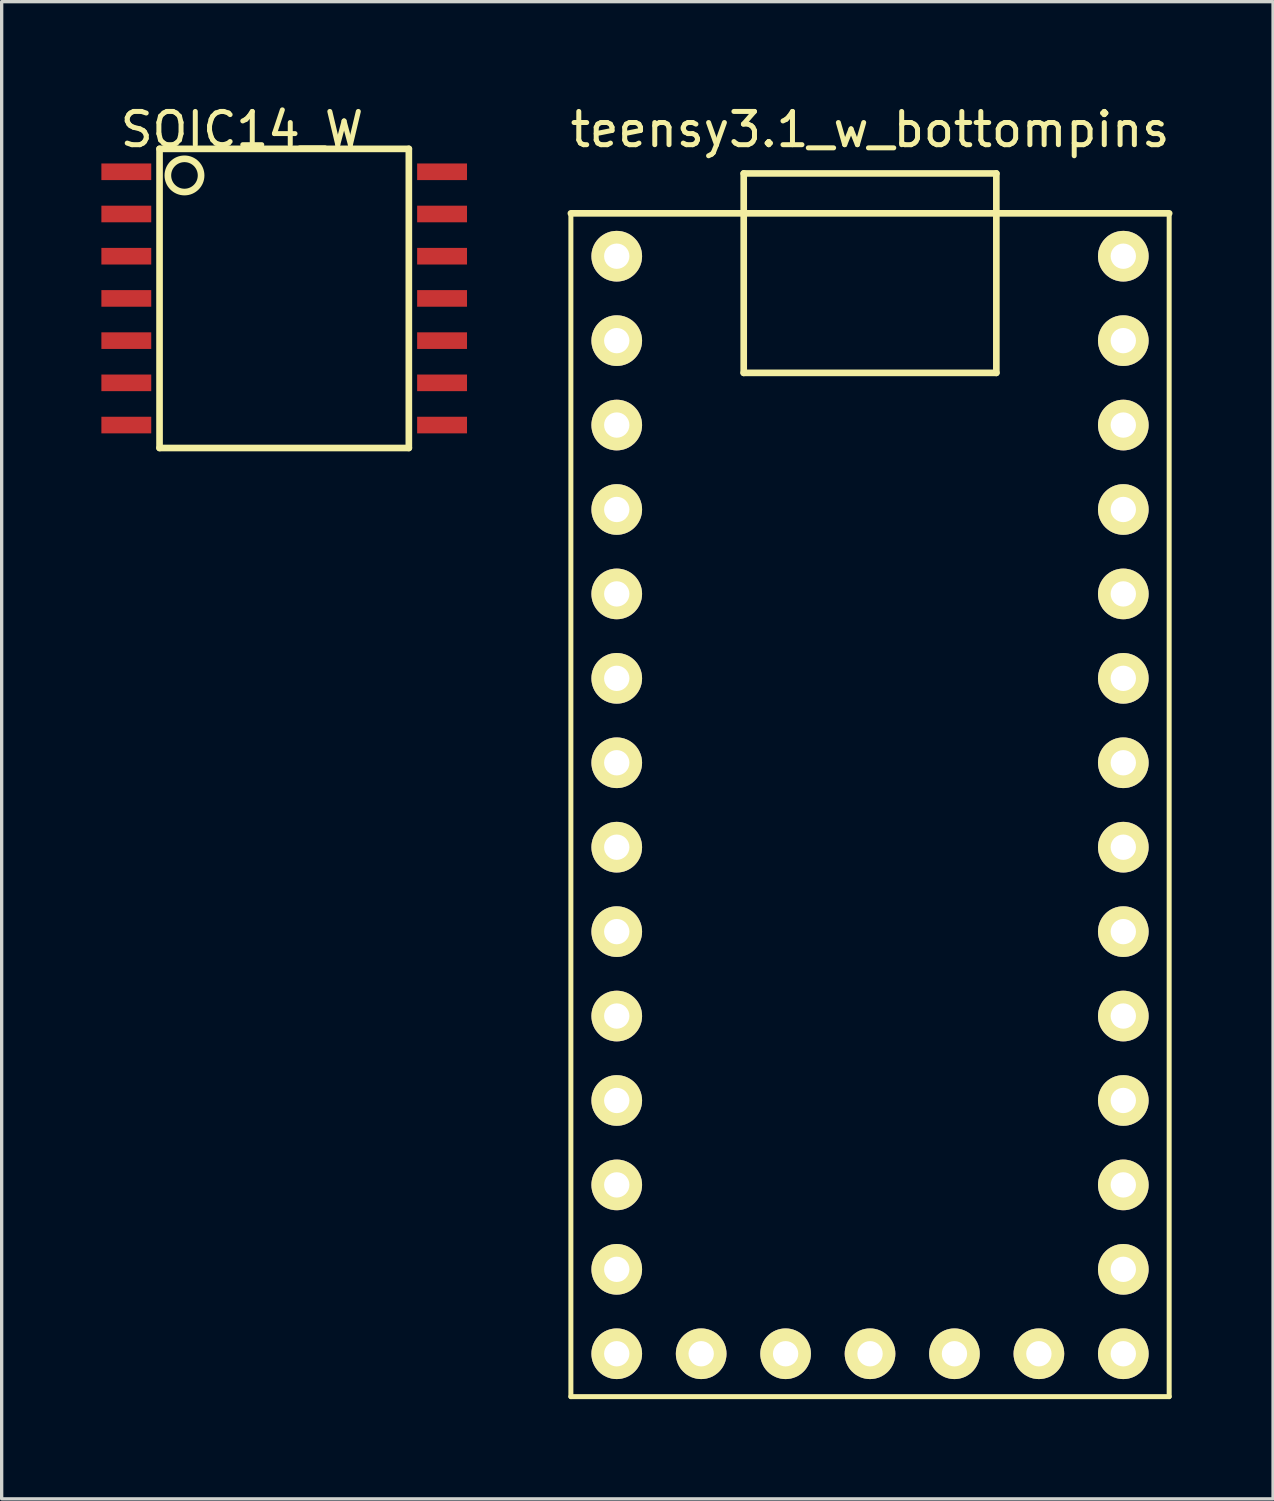
<source format=kicad_pcb>
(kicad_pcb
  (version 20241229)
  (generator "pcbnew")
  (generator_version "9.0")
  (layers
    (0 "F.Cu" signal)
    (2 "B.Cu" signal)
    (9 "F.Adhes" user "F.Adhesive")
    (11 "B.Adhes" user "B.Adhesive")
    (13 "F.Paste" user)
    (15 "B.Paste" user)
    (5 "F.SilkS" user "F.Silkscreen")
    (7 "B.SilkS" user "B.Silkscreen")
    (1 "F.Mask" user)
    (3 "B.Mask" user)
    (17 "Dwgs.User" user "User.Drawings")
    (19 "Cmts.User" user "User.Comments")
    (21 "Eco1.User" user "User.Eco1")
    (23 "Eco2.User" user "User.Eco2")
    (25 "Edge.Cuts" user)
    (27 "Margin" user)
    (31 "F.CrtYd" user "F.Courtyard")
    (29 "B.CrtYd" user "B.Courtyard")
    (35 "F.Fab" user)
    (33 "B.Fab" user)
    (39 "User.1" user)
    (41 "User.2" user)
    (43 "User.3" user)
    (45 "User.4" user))
  (footprint "SOIC14_W"
    (layer "F.Cu")
    (at 5.5 5.928)
    (property "Reference" "SOIC14_W" (at -1.27 -5.08 180) (layer "F.SilkS") (effects (font (size 1 1) (thickness 0.15))))
    (attr through_hole)
    (fp_line (start -3.75 -4.5) (end 3.75 -4.5) (stroke (width 0.2) (type solid)) (layer "F.SilkS"))
    (fp_line (start -3.75 4.5) (end -3.75 -4.5) (stroke (width 0.2) (type solid)) (layer "F.SilkS"))
    (fp_line (start 3.75 -4.5) (end 3.75 4.5) (stroke (width 0.2) (type solid)) (layer "F.SilkS"))
    (fp_line (start 3.75 4.5) (end -3.75 4.5) (stroke (width 0.2) (type solid)) (layer "F.SilkS"))
    (fp_circle (center -3 -3.7) (end -3 -4.2) (stroke (width 0.2) (type solid)) (fill no) (layer "F.SilkS"))
    (pad "1" smd rect (at -4.75 -3.81) (size 1.5 0.5) (layers "F.Cu" "F.Mask" "F.Paste"))
    (pad "2" smd rect (at -4.75 -2.54) (size 1.5 0.5) (layers "F.Cu" "F.Mask" "F.Paste"))
    (pad "3" smd rect (at -4.75 -1.27) (size 1.5 0.5) (layers "F.Cu" "F.Mask" "F.Paste"))
    (pad "4" smd rect (at -4.75 0) (size 1.5 0.5) (layers "F.Cu" "F.Mask" "F.Paste"))
    (pad "5" smd rect (at -4.75 1.27) (size 1.5 0.5) (layers "F.Cu" "F.Mask" "F.Paste"))
    (pad "6" smd rect (at -4.75 2.54) (size 1.5 0.5) (layers "F.Cu" "F.Mask" "F.Paste"))
    (pad "7" smd rect (at -4.75 3.81) (size 1.5 0.5) (layers "F.Cu" "F.Mask" "F.Paste"))
    (pad "8" smd rect (at 4.75 3.81) (size 1.5 0.5) (layers "F.Cu" "F.Mask" "F.Paste"))
    (pad "9" smd rect (at 4.75 2.54) (size 1.5 0.5) (layers "F.Cu" "F.Mask" "F.Paste"))
    (pad "10" smd rect (at 4.75 1.27) (size 1.5 0.5) (layers "F.Cu" "F.Mask" "F.Paste"))
    (pad "11" smd rect (at 4.75 0) (size 1.5 0.5) (layers "F.Cu" "F.Mask" "F.Paste"))
    (pad "12" smd rect (at 4.75 -1.27) (size 1.5 0.5) (layers "F.Cu" "F.Mask" "F.Paste"))
    (pad "13" smd rect (at 4.75 -2.54) (size 1.5 0.5) (layers "F.Cu" "F.Mask" "F.Paste"))
    (pad "14" smd rect (at 4.75 -3.81) (size 1.5 0.5) (layers "F.Cu" "F.Mask" "F.Paste")))
  (footprint "teensy3.1_w_bottompins"
    (layer "F.Cu")
    (at 23.125 21.168)
    (property "Reference" "teensy3.1_w_bottompins" (at 0 -20.32 0) (layer "F.SilkS") (effects (font (size 1 1) (thickness 0.15))))
    (attr through_hole)
    (fp_line (start -9 -17.8) (end 9 -17.8) (stroke (width 0.2) (type solid)) (layer "F.SilkS"))
    (fp_line (start -9 17.8) (end -9 -17.8) (stroke (width 0.15) (type solid)) (layer "F.SilkS"))
    (fp_line (start -3.8 -19) (end -3.8 -13) (stroke (width 0.2) (type solid)) (layer "F.SilkS"))
    (fp_line (start -3.8 -13) (end 3.8 -13) (stroke (width 0.2) (type solid)) (layer "F.SilkS"))
    (fp_line (start 3.8 -19) (end -3.8 -19) (stroke (width 0.2) (type solid)) (layer "F.SilkS"))
    (fp_line (start 3.8 -13) (end 3.8 -19) (stroke (width 0.2) (type solid)) (layer "F.SilkS"))
    (fp_line (start 9 -17.8) (end 9 17.8) (stroke (width 0.15) (type solid)) (layer "F.SilkS"))
    (fp_line (start 9 17.8) (end -9 17.8) (stroke (width 0.15) (type solid)) (layer "F.SilkS"))
    (pad "0" thru_hole circle (at -7.62 -16.51) (size 1.524 1.524) (drill 0.762) (layers "*.Cu" "*.Mask" "F.SilkS"))
    (pad "1" thru_hole circle (at -7.62 -13.97) (size 1.524 1.524) (drill 0.762) (layers "*.Cu" "*.Mask" "F.SilkS"))
    (pad "2" thru_hole circle (at -7.62 -11.43) (size 1.524 1.524) (drill 0.762) (layers "*.Cu" "*.Mask" "F.SilkS"))
    (pad "3" thru_hole circle (at -7.62 -8.89) (size 1.524 1.524) (drill 0.762) (layers "*.Cu" "*.Mask" "F.SilkS"))
    (pad "4" thru_hole circle (at -7.62 -6.35) (size 1.524 1.524) (drill 0.762) (layers "*.Cu" "*.Mask" "F.SilkS"))
    (pad "5" thru_hole circle (at -7.62 -3.81) (size 1.524 1.524) (drill 0.762) (layers "*.Cu" "*.Mask" "F.SilkS"))
    (pad "6" thru_hole circle (at -7.62 -1.27) (size 1.524 1.524) (drill 0.762) (layers "*.Cu" "*.Mask" "F.SilkS"))
    (pad "7" thru_hole circle (at -7.62 1.27) (size 1.524 1.524) (drill 0.762) (layers "*.Cu" "*.Mask" "F.SilkS"))
    (pad "8" thru_hole circle (at -7.62 3.81) (size 1.524 1.524) (drill 0.762) (layers "*.Cu" "*.Mask" "F.SilkS"))
    (pad "9" thru_hole circle (at -7.62 6.35) (size 1.524 1.524) (drill 0.762) (layers "*.Cu" "*.Mask" "F.SilkS"))
    (pad "10" thru_hole circle (at -7.62 8.89) (size 1.524 1.524) (drill 0.762) (layers "*.Cu" "*.Mask" "F.SilkS"))
    (pad "11" thru_hole circle (at -7.62 11.43) (size 1.524 1.524) (drill 0.762) (layers "*.Cu" "*.Mask" "F.SilkS"))
    (pad "12" thru_hole circle (at -7.62 13.97) (size 1.524 1.524) (drill 0.762) (layers "*.Cu" "*.Mask" "F.SilkS"))
    (pad "13" thru_hole circle (at -7.62 16.51) (size 1.524 1.524) (drill 0.762) (layers "*.Cu" "*.Mask" "F.SilkS"))
    (pad "14" thru_hole circle (at -5.08 16.51) (size 1.524 1.524) (drill 0.762) (layers "*.Cu" "*.Mask" "F.SilkS"))
    (pad "15" thru_hole circle (at -2.54 16.51) (size 1.524 1.524) (drill 0.762) (layers "*.Cu" "*.Mask" "F.SilkS"))
    (pad "16" thru_hole circle (at 0 16.51) (size 1.524 1.524) (drill 0.762) (layers "*.Cu" "*.Mask" "F.SilkS"))
    (pad "17" thru_hole circle (at 2.54 16.51) (size 1.524 1.524) (drill 0.762) (layers "*.Cu" "*.Mask" "F.SilkS"))
    (pad "18" thru_hole circle (at 5.08 16.51) (size 1.524 1.524) (drill 0.762) (layers "*.Cu" "*.Mask" "F.SilkS"))
    (pad "19" thru_hole circle (at 7.62 16.51) (size 1.524 1.524) (drill 0.762) (layers "*.Cu" "*.Mask" "F.SilkS"))
    (pad "20" thru_hole circle (at 7.62 13.97) (size 1.524 1.524) (drill 0.762) (layers "*.Cu" "*.Mask" "F.SilkS"))
    (pad "21" thru_hole circle (at 7.62 11.43) (size 1.524 1.524) (drill 0.762) (layers "*.Cu" "*.Mask" "F.SilkS"))
    (pad "22" thru_hole circle (at 7.62 8.89) (size 1.524 1.524) (drill 0.762) (layers "*.Cu" "*.Mask" "F.SilkS"))
    (pad "23" thru_hole circle (at 7.62 6.35) (size 1.524 1.524) (drill 0.762) (layers "*.Cu" "*.Mask" "F.SilkS"))
    (pad "24" thru_hole circle (at 7.62 3.81) (size 1.524 1.524) (drill 0.762) (layers "*.Cu" "*.Mask" "F.SilkS"))
    (pad "25" thru_hole circle (at 7.62 1.27) (size 1.524 1.524) (drill 0.762) (layers "*.Cu" "*.Mask" "F.SilkS"))
    (pad "26" thru_hole circle (at 7.62 -1.27) (size 1.524 1.524) (drill 0.762) (layers "*.Cu" "*.Mask" "F.SilkS"))
    (pad "27" thru_hole circle (at 7.62 -3.81) (size 1.524 1.524) (drill 0.762) (layers "*.Cu" "*.Mask" "F.SilkS"))
    (pad "28" thru_hole circle (at 7.62 -6.35) (size 1.524 1.524) (drill 0.762) (layers "*.Cu" "*.Mask" "F.SilkS"))
    (pad "29" thru_hole circle (at 7.62 -8.89) (size 1.524 1.524) (drill 0.762) (layers "*.Cu" "*.Mask" "F.SilkS"))
    (pad "30" thru_hole circle (at 7.62 -11.43) (size 1.524 1.524) (drill 0.762) (layers "*.Cu" "*.Mask" "F.SilkS"))
    (pad "31" thru_hole circle (at 7.62 -13.97) (size 1.524 1.524) (drill 0.762) (layers "*.Cu" "*.Mask" "F.SilkS"))
    (pad "32" thru_hole circle (at 7.62 -16.51) (size 1.524 1.524) (drill 0.762) (layers "*.Cu" "*.Mask" "F.SilkS")))
  (gr_rect
    (start -3 -3)
    (end 35.25 42.043)
    (stroke (width 0.1) (type default))
    (fill no)
    (layer "Edge.Cuts")))
</source>
